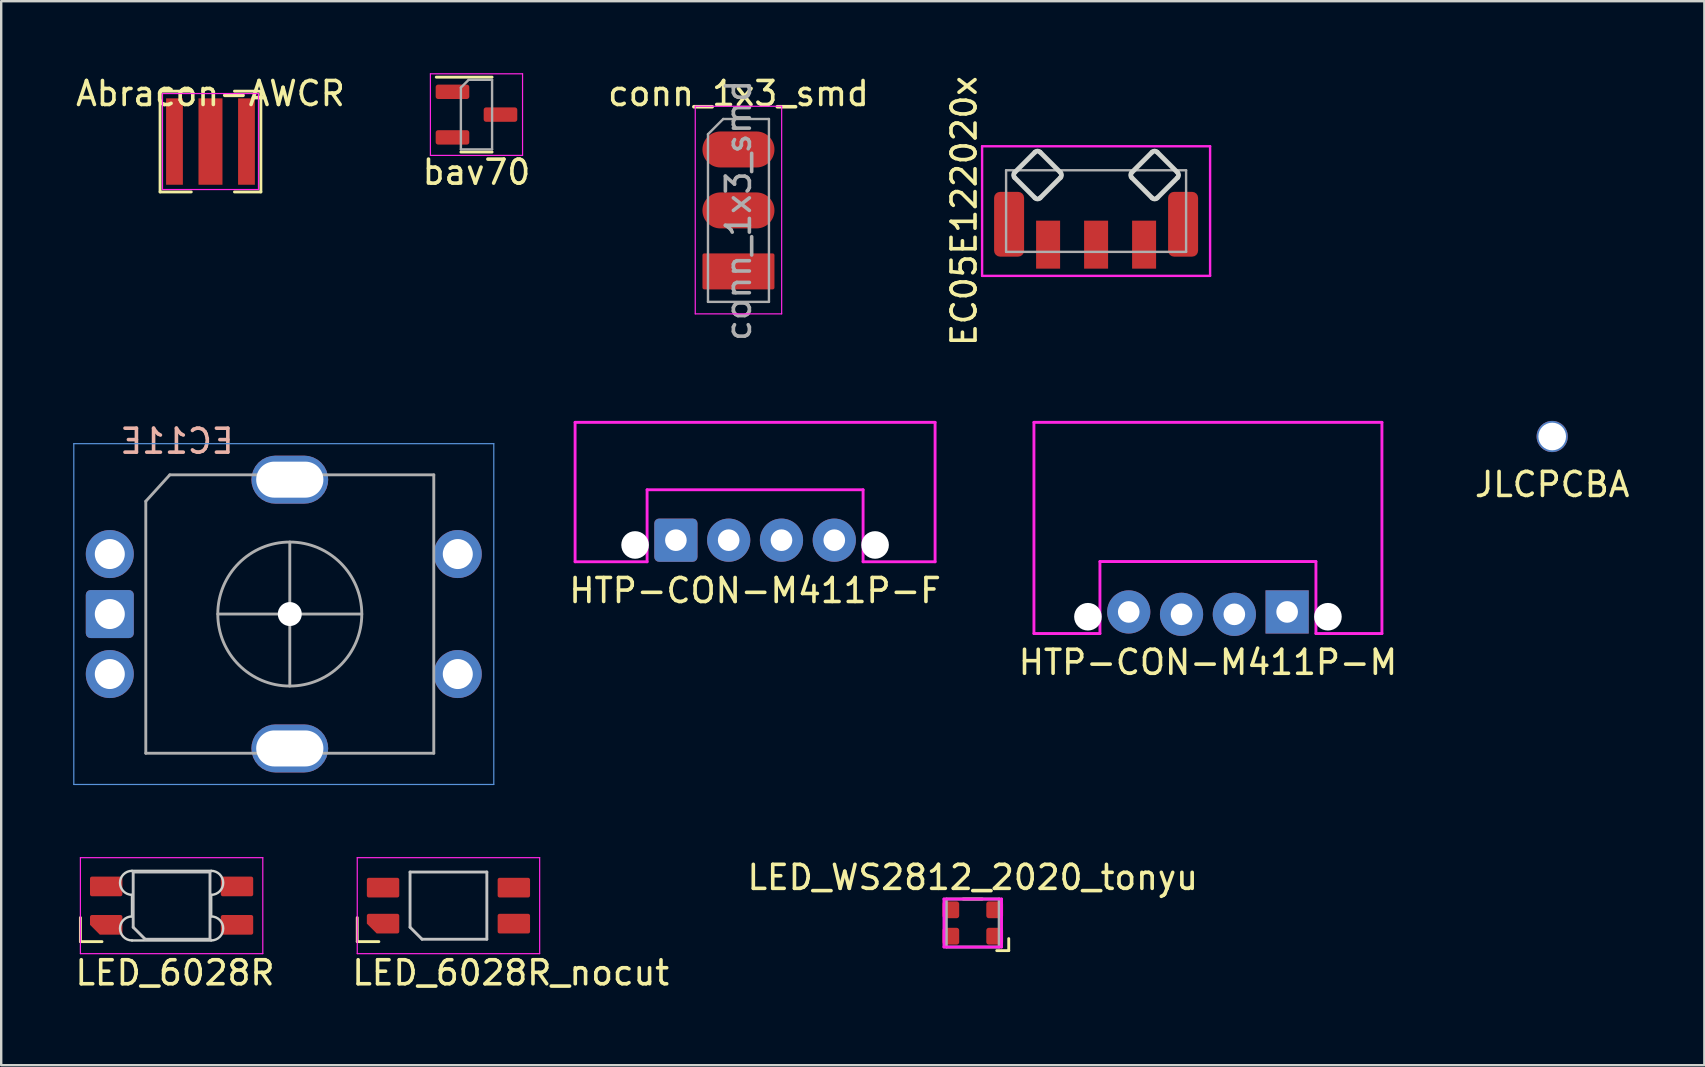
<source format=kicad_pcb>
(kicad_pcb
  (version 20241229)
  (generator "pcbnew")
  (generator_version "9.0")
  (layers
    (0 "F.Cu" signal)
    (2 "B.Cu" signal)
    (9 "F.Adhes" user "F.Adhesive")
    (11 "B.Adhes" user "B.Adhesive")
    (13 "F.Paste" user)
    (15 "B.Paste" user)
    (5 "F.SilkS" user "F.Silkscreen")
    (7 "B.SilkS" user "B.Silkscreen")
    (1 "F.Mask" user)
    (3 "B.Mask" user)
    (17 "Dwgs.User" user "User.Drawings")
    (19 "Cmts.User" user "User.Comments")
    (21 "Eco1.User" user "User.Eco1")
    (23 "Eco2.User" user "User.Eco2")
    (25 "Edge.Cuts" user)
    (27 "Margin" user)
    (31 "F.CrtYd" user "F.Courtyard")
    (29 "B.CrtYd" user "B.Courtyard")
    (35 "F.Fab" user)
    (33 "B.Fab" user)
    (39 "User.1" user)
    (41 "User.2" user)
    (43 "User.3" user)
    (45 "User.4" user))
  (footprint "EC11E"
    (layer "F.Cu")
    (at 9.025 22.536)
    (property "Reference" "EC11E" (at -4.7 -7.2 0) (layer "B.SilkS") (effects (font (size 1 1) (thickness 0.15)) (justify mirror)))
    (attr through_hole)
    (fp_line (start -9 -7.1) (end -9 7.1) (stroke (width 0.05) (type solid)) (layer "Cmts.User"))
    (fp_line (start -9 -7.1) (end 8.5 -7.1) (stroke (width 0.05) (type solid)) (layer "Cmts.User"))
    (fp_line (start 8.5 7.1) (end -9 7.1) (stroke (width 0.05) (type solid)) (layer "Cmts.User"))
    (fp_line (start 8.5 7.1) (end 8.5 -7.1) (stroke (width 0.05) (type solid)) (layer "Cmts.User"))
    (fp_line (start -6 -4.7) (end -5 -5.8) (stroke (width 0.12) (type solid)) (layer "F.Fab"))
    (fp_line (start -6 5.8) (end -6 -4.7) (stroke (width 0.12) (type solid)) (layer "F.Fab"))
    (fp_line (start -5 -5.8) (end 6 -5.8) (stroke (width 0.12) (type solid)) (layer "F.Fab"))
    (fp_line (start -3 0) (end 3 0) (stroke (width 0.12) (type solid)) (layer "F.Fab"))
    (fp_line (start 0 -3) (end 0 3) (stroke (width 0.12) (type solid)) (layer "F.Fab"))
    (fp_line (start 6 -5.8) (end 6 5.8) (stroke (width 0.12) (type solid)) (layer "F.Fab"))
    (fp_line (start 6 5.8) (end -6 5.8) (stroke (width 0.12) (type solid)) (layer "F.Fab"))
    (fp_circle (center 0 0) (end 3 0) (stroke (width 0.12) (type solid)) (fill no) (layer "F.Fab"))
    (pad "" thru_hole roundrect (at 0 -5.6) (size 3.2 2) (drill oval 2.8 1.5) (layers "*.Cu" "B.Mask") (roundrect_rratio 0.5))
    (pad "" np_thru_hole circle (at 0 0) (size 1 1) (drill 1) (layers "*.Cu" "*.Mask"))
    (pad "" thru_hole roundrect (at 0 5.6) (size 3.2 2) (drill oval 2.8 1.5) (layers "*.Cu" "B.Mask") (roundrect_rratio 0.5))
    (pad "A" thru_hole circle (at -7.5 -2.5) (size 2 2) (drill 1.25) (layers "*.Cu" "B.Mask"))
    (pad "B" thru_hole circle (at -7.5 2.5) (size 2 2) (drill 1.25) (layers "*.Cu" "B.Mask"))
    (pad "C" thru_hole roundrect (at -7.5 0) (size 2 2) (drill 1.25) (layers "*.Cu" "B.Mask") (roundrect_rratio 0.1))
    (pad "S1" thru_hole circle (at 7 2.5) (size 2 2) (drill 1.25) (layers "*.Cu" "B.Mask"))
    (pad "S2" thru_hole circle (at 7 -2.5) (size 2 2) (drill 1.25) (layers "*.Cu" "B.Mask")))
  (footprint "LED_6028R"
    (layer "F.Cu")
    (at 4.1 34.686)
    (property "Reference" "LED_6028R" (at -4.1 2.8 0) (layer "F.SilkS") (effects (font (size 1 1) (thickness 0.15)) (justify left)))
    (attr smd)
    (fp_line (start -3.8 0.5) (end -3.8 1.5) (stroke (width 0.12) (type solid)) (layer "F.SilkS"))
    (fp_line (start -3.8 1.5) (end -2.9 1.5) (stroke (width 0.12) (type solid)) (layer "F.SilkS"))
    (fp_line (start -1.6 -1.4) (end 1.6 -1.4) (stroke (width 0.12) (type solid)) (layer "Dwgs.User"))
    (fp_line (start -1.6 0.9) (end -1.6 -1.4) (stroke (width 0.12) (type solid)) (layer "Dwgs.User"))
    (fp_line (start -1.6 0.9) (end -1.1 1.4) (stroke (width 0.12) (type solid)) (layer "Dwgs.User"))
    (fp_line (start 1.6 -1.4) (end 1.6 1.4) (stroke (width 0.12) (type solid)) (layer "Dwgs.User"))
    (fp_line (start 1.6 1.4) (end -1.1 1.4) (stroke (width 0.12) (type solid)) (layer "Dwgs.User"))
    (fp_line (start -1.65 -1.45) (end 1.65 -1.45) (stroke (width 0.1) (type solid)) (layer "Edge.Cuts"))
    (fp_line (start -1.65 0.45) (end -1.65 -0.45) (stroke (width 0.1) (type solid)) (layer "Edge.Cuts"))
    (fp_line (start 1.65 -0.45) (end 1.65 0.45) (stroke (width 0.1) (type solid)) (layer "Edge.Cuts"))
    (fp_line (start 1.65 1.45) (end -1.65 1.45) (stroke (width 0.1) (type solid)) (layer "Edge.Cuts"))
    (fp_arc (start -1.65 -0.45) (mid -2.15 -0.95) (end -1.65 -1.45) (stroke (width 0.1) (type solid)) (layer "Edge.Cuts"))
    (fp_arc (start -1.65 1.45) (mid -2.15 0.95) (end -1.65 0.45) (stroke (width 0.1) (type solid)) (layer "Edge.Cuts"))
    (fp_arc (start 1.65 -1.45) (mid 2.15 -0.95) (end 1.65 -0.45) (stroke (width 0.1) (type solid)) (layer "Edge.Cuts"))
    (fp_arc (start 1.65 0.45) (mid 2.15 0.95) (end 1.65 1.45) (stroke (width 0.1) (type solid)) (layer "Edge.Cuts"))
    (fp_line (start -3.8 -2) (end 3.8 -2) (stroke (width 0.05) (type solid)) (layer "F.CrtYd"))
    (fp_line (start -3.8 2) (end -3.8 -2) (stroke (width 0.05) (type solid)) (layer "F.CrtYd"))
    (fp_line (start 3.8 -2) (end 3.8 2) (stroke (width 0.05) (type solid)) (layer "F.CrtYd"))
    (fp_line (start 3.8 2) (end -3.8 2) (stroke (width 0.05) (type solid)) (layer "F.CrtYd"))
    (pad "1" smd roundrect (at 2.725 -0.8 90) (size 0.82 1.35) (layers "F.Cu" "F.Mask" "F.Paste") (roundrect_rratio 0.1))
    (pad "2" smd roundrect (at 2.725 0.8 90) (size 0.82 1.35) (layers "F.Cu" "F.Mask" "F.Paste") (roundrect_rratio 0.1))
    (pad "3" smd roundrect (at -2.725 -0.8 90) (size 0.82 1.35) (layers "F.Cu" "F.Mask" "F.Paste") (roundrect_rratio 0.1))
    (pad "4" smd roundrect (at -2.725 0.8 90) (size 0.82 1.35) (layers "F.Cu" "F.Mask" "F.Paste") (roundrect_rratio 0.1) (chamfer_ratio 0.5) (chamfer top_left)))
  (footprint "EC05E122020x"
    (layer "F.Cu")
    (at 42.622 4.144)
    (property "Reference" "EC05E122020x" (at -5.5 1.6 90) (layer "F.SilkS") (effects (font (size 1 1) (thickness 0.15))))
    (attr through_hole)
    (fp_line (start -3.394 -0.006) (end -2.545 -0.855) (stroke (width 0.2) (type solid)) (layer "Edge.Cuts"))
    (fp_line (start -2.545 1.055) (end -3.394 0.206) (stroke (width 0.2) (type solid)) (layer "Edge.Cuts"))
    (fp_line (start -2.333 -0.855) (end -1.485 -0.006) (stroke (width 0.2) (type solid)) (layer "Edge.Cuts"))
    (fp_line (start -1.485 0.206) (end -2.333 1.055) (stroke (width 0.2) (type solid)) (layer "Edge.Cuts"))
    (fp_line (start 1.485 0.206) (end 2.333 1.055) (stroke (width 0.2) (type solid)) (layer "Edge.Cuts"))
    (fp_line (start 2.333 -0.855) (end 1.485 -0.006) (stroke (width 0.2) (type solid)) (layer "Edge.Cuts"))
    (fp_line (start 2.545 1.055) (end 3.394 0.206) (stroke (width 0.2) (type solid)) (layer "Edge.Cuts"))
    (fp_line (start 3.394 -0.006) (end 2.545 -0.855) (stroke (width 0.2) (type solid)) (layer "Edge.Cuts"))
    (fp_arc (start -3.393934 0.206066) (mid -3.437868 0.1) (end -3.393934 -0.006066) (stroke (width 0.2) (type solid)) (layer "Edge.Cuts"))
    (fp_arc (start -2.545406 -0.854594) (mid -2.43934 -0.898528) (end -2.333274 -0.854594) (stroke (width 0.2) (type solid)) (layer "Edge.Cuts"))
    (fp_arc (start -2.333274 1.054594) (mid -2.43934 1.098528) (end -2.545406 1.054594) (stroke (width 0.2) (type solid)) (layer "Edge.Cuts"))
    (fp_arc (start -1.484746 -0.006066) (mid -1.440812 0.1) (end -1.484746 0.206066) (stroke (width 0.2) (type solid)) (layer "Edge.Cuts"))
    (fp_arc (start 1.484746 0.206066) (mid 1.440809 0.1) (end 1.484746 -0.006066) (stroke (width 0.2) (type solid)) (layer "Edge.Cuts"))
    (fp_arc (start 2.333274 -0.854594) (mid 2.43934 -0.898528) (end 2.545406 -0.854594) (stroke (width 0.2) (type solid)) (layer "Edge.Cuts"))
    (fp_arc (start 2.545406 1.054594) (mid 2.43934 1.098528) (end 2.333274 1.054594) (stroke (width 0.2) (type solid)) (layer "Edge.Cuts"))
    (fp_arc (start 3.393934 -0.006066) (mid 3.437877 0.1) (end 3.393934 0.206066) (stroke (width 0.2) (type solid)) (layer "Edge.Cuts"))
    (fp_line (start -4.75 -1.1) (end -4.75 4.3) (stroke (width 0.1) (type solid)) (layer "F.CrtYd"))
    (fp_line (start -4.75 4.3) (end 4.75 4.3) (stroke (width 0.1) (type solid)) (layer "F.CrtYd"))
    (fp_line (start 4.75 -1.1) (end -4.75 -1.1) (stroke (width 0.1) (type solid)) (layer "F.CrtYd"))
    (fp_line (start 4.75 4.3) (end 4.75 -1.1) (stroke (width 0.1) (type solid)) (layer "F.CrtYd"))
    (fp_line (start -3.75 -0.1) (end -3.75 3.3) (stroke (width 0.1) (type solid)) (layer "F.Fab"))
    (fp_line (start -3.75 3.3) (end 3.75 3.3) (stroke (width 0.1) (type solid)) (layer "F.Fab"))
    (fp_line (start 3.75 -0.1) (end -3.75 -0.1) (stroke (width 0.1) (type solid)) (layer "F.Fab"))
    (fp_line (start 3.75 -0.1) (end 3.75 3.3) (stroke (width 0.1) (type solid)) (layer "F.Fab"))
    (pad "" smd roundrect (at -3.625 2.15) (size 1.25 2.7) (layers "F.Cu" "F.Mask" "F.Paste") (roundrect_rratio 0.2))
    (pad "" smd roundrect (at 3.625 2.15) (size 1.25 2.7) (layers "F.Cu" "F.Mask" "F.Paste") (roundrect_rratio 0.2))
    (pad "A" smd rect (at 2 3) (size 1 2) (layers "F.Cu" "F.Mask" "F.Paste"))
    (pad "B" smd rect (at -2 3) (size 1 2) (layers "F.Cu" "F.Mask" "F.Paste"))
    (pad "C" smd rect (at 0 3) (size 1 2) (layers "F.Cu" "F.Mask" "F.Paste")))
  (footprint "HTP-CON-M411P-F"
    (layer "F.Cu")
    (at 28.413 19.458)
    (property "Reference" "HTP-CON-M411P-F" (at 0 2.1 0) (layer "F.SilkS") (effects (font (size 1 1) (thickness 0.15))))
    (attr through_hole)
    (fp_line (start -7.5 -1.95) (end 7.5 -1.95) (stroke (width 0.12) (type solid)) (layer "Eco2.User"))
    (fp_line (start -7.5 -4.91) (end -7.5 0.9) (stroke (width 0.12) (type solid)) (layer "F.CrtYd"))
    (fp_line (start -7.5 -4.91) (end 7.5 -4.91) (stroke (width 0.12) (type solid)) (layer "F.CrtYd"))
    (fp_line (start -7.5 0.9) (end -4.5 0.9) (stroke (width 0.12) (type solid)) (layer "F.CrtYd"))
    (fp_line (start -4.5 0.9) (end -4.5 -2.1) (stroke (width 0.12) (type solid)) (layer "F.CrtYd"))
    (fp_line (start 4.5 -2.1) (end -4.5 -2.1) (stroke (width 0.12) (type solid)) (layer "F.CrtYd"))
    (fp_line (start 4.5 -2.1) (end 4.5 0.9) (stroke (width 0.12) (type solid)) (layer "F.CrtYd"))
    (fp_line (start 4.5 0.9) (end 7.5 0.9) (stroke (width 0.12) (type solid)) (layer "F.CrtYd"))
    (fp_line (start 7.5 -4.91) (end 7.5 0.9) (stroke (width 0.12) (type solid)) (layer "F.CrtYd"))
    (pad "" np_thru_hole circle (at -5 0.2) (size 1.15 1.15) (drill 1.15) (layers "*.Cu" "*.Mask"))
    (pad "" np_thru_hole circle (at 5 0.2) (size 1.15 1.15) (drill 1.15) (layers "*.Cu" "*.Mask"))
    (pad "1" thru_hole roundrect (at -3.3 0) (size 1.8 1.8) (drill 0.9) (layers "*.Cu" "*.Mask") (roundrect_rratio 0.111))
    (pad "2" thru_hole circle (at -1.1 0) (size 1.8 1.8) (drill 0.9) (layers "*.Cu" "*.Mask"))
    (pad "3" thru_hole circle (at 1.1 0) (size 1.8 1.8) (drill 0.9) (layers "*.Cu" "*.Mask"))
    (pad "4" thru_hole circle (at 3.3 0) (size 1.8 1.8) (drill 0.9) (layers "*.Cu" "*.Mask")))
  (footprint "Abracon-AWCR"
    (layer "F.Cu")
    (at 5.72 2.848)
    (property "Reference" "Abracon-AWCR" (at 0 -2 180) (layer "F.SilkS") (effects (font (size 1 1) (thickness 0.15))))
    (attr smd)
    (fp_line (start -2.1 -2.1) (end -0.8 -2.1) (stroke (width 0.12) (type solid)) (layer "F.SilkS"))
    (fp_line (start -2.1 2.1) (end -2.1 -2.1) (stroke (width 0.12) (type solid)) (layer "F.SilkS"))
    (fp_line (start -0.8 2.1) (end -2.1 2.1) (stroke (width 0.12) (type solid)) (layer "F.SilkS"))
    (fp_line (start 1 -2.1) (end 2.1 -2.1) (stroke (width 0.12) (type solid)) (layer "F.SilkS"))
    (fp_line (start 2.1 -2.1) (end 2.1 2.1) (stroke (width 0.12) (type solid)) (layer "F.SilkS"))
    (fp_line (start 2.1 2.1) (end 1 2.1) (stroke (width 0.12) (type solid)) (layer "F.SilkS"))
    (fp_line (start -2 -2) (end 2 -2) (stroke (width 0.05) (type solid)) (layer "F.CrtYd"))
    (fp_line (start -2 2) (end -2 -2) (stroke (width 0.05) (type solid)) (layer "F.CrtYd"))
    (fp_line (start 2 -2) (end 2 2) (stroke (width 0.05) (type solid)) (layer "F.CrtYd"))
    (fp_line (start 2 2) (end -2 2) (stroke (width 0.05) (type solid)) (layer "F.CrtYd"))
    (pad "1" smd rect (at -1.5 0) (size 0.7 3.6) (layers "F.Cu" "F.Mask" "F.Paste"))
    (pad "2" smd rect (at 0 0) (size 1 3.6) (layers "F.Cu" "F.Mask" "F.Paste"))
    (pad "3" smd rect (at 1.5 0) (size 0.7 3.6) (layers "F.Cu" "F.Mask" "F.Paste")))
  (footprint "bav70"
    (layer "F.Cu")
    (at 16.804 1.725)
    (property "Reference" "bav70" (at 0 2.4 0) (layer "F.SilkS") (effects (font (size 1 1) (thickness 0.15))))
    (attr smd)
    (fp_line (start -0.65 1.56) (end 0.65 1.56) (stroke (width 0.12) (type solid)) (layer "F.SilkS"))
    (fp_line (start 0.65 -1.56) (end -1.675 -1.56) (stroke (width 0.12) (type solid)) (layer "F.SilkS"))
    (fp_line (start -1.92 -1.7) (end -1.92 1.7) (stroke (width 0.05) (type solid)) (layer "F.CrtYd"))
    (fp_line (start -1.92 1.7) (end 1.92 1.7) (stroke (width 0.05) (type solid)) (layer "F.CrtYd"))
    (fp_line (start 1.92 -1.7) (end -1.92 -1.7) (stroke (width 0.05) (type solid)) (layer "F.CrtYd"))
    (fp_line (start 1.92 1.7) (end 1.92 -1.7) (stroke (width 0.05) (type solid)) (layer "F.CrtYd"))
    (fp_line (start -0.65 -1.125) (end -0.325 -1.45) (stroke (width 0.1) (type solid)) (layer "F.Fab"))
    (fp_line (start -0.65 1.45) (end -0.65 -1.125) (stroke (width 0.1) (type solid)) (layer "F.Fab"))
    (fp_line (start -0.325 -1.45) (end 0.65 -1.45) (stroke (width 0.1) (type solid)) (layer "F.Fab"))
    (fp_line (start 0.65 -1.45) (end 0.65 1.45) (stroke (width 0.1) (type solid)) (layer "F.Fab"))
    (fp_line (start 0.65 1.45) (end -0.65 1.45) (stroke (width 0.1) (type solid)) (layer "F.Fab"))
    (pad "1" smd roundrect (at -1 -0.95 270) (size 0.6 1.4) (layers "F.Cu" "F.Mask" "F.Paste") (roundrect_rratio 0.167))
    (pad "2" smd roundrect (at -1 0.95 270) (size 0.6 1.4) (layers "F.Cu" "F.Mask" "F.Paste") (roundrect_rratio 0.167))
    (pad "3" smd roundrect (at 1 0 270) (size 0.6 1.4) (layers "F.Cu" "F.Mask" "F.Paste") (roundrect_rratio 0.167)))
  (footprint "LED_6028R_nocut"
    (layer "F.Cu")
    (at 15.636 34.686)
    (property "Reference" "LED_6028R_nocut" (at -4.1 2.8 0) (layer "F.SilkS") (effects (font (size 1 1) (thickness 0.15)) (justify left)))
    (attr smd)
    (fp_line (start -3.8 0.5) (end -3.8 1.5) (stroke (width 0.12) (type solid)) (layer "F.SilkS"))
    (fp_line (start -3.8 1.5) (end -2.9 1.5) (stroke (width 0.12) (type solid)) (layer "F.SilkS"))
    (fp_line (start -1.6 -1.4) (end 1.6 -1.4) (stroke (width 0.12) (type solid)) (layer "Dwgs.User"))
    (fp_line (start -1.6 0.9) (end -1.6 -1.4) (stroke (width 0.12) (type solid)) (layer "Dwgs.User"))
    (fp_line (start -1.6 0.9) (end -1.1 1.4) (stroke (width 0.12) (type solid)) (layer "Dwgs.User"))
    (fp_line (start 1.6 -1.4) (end 1.6 1.4) (stroke (width 0.12) (type solid)) (layer "Dwgs.User"))
    (fp_line (start 1.6 1.4) (end -1.1 1.4) (stroke (width 0.12) (type solid)) (layer "Dwgs.User"))
    (fp_line (start -3.8 -2) (end 3.8 -2) (stroke (width 0.05) (type solid)) (layer "F.CrtYd"))
    (fp_line (start -3.8 2) (end -3.8 -2) (stroke (width 0.05) (type solid)) (layer "F.CrtYd"))
    (fp_line (start 3.8 -2) (end 3.8 2) (stroke (width 0.05) (type solid)) (layer "F.CrtYd"))
    (fp_line (start 3.8 2) (end -3.8 2) (stroke (width 0.05) (type solid)) (layer "F.CrtYd"))
    (pad "1" smd roundrect (at 2.725 -0.75 90) (size 0.82 1.35) (layers "F.Cu" "F.Mask" "F.Paste") (roundrect_rratio 0.1))
    (pad "2" smd roundrect (at 2.725 0.75 90) (size 0.82 1.35) (layers "F.Cu" "F.Mask" "F.Paste") (roundrect_rratio 0.1))
    (pad "3" smd roundrect (at -2.725 -0.75 90) (size 0.82 1.35) (layers "F.Cu" "F.Mask" "F.Paste") (roundrect_rratio 0.1))
    (pad "4" smd roundrect (at -2.725 0.75 90) (size 0.82 1.35) (layers "F.Cu" "F.Mask" "F.Paste") (roundrect_rratio 0.1) (chamfer_ratio 0.5) (chamfer top_left)))
  (footprint "HTP-CON-M411P-M"
    (layer "F.Cu")
    (at 47.282 22.448)
    (property "Reference" "HTP-CON-M411P-M" (at 0 2.1 0) (layer "F.SilkS") (effects (font (size 1 1) (thickness 0.15))))
    (attr through_hole)
    (fp_line (start -7.25 -1.85) (end 7.25 -1.85) (stroke (width 0.12) (type solid)) (layer "Eco2.User"))
    (fp_line (start -7.25 -7.9) (end -7.25 0.9) (stroke (width 0.12) (type solid)) (layer "F.CrtYd"))
    (fp_line (start -7.25 -7.9) (end 7.25 -7.9) (stroke (width 0.12) (type solid)) (layer "F.CrtYd"))
    (fp_line (start -7.25 0.9) (end -4.5 0.9) (stroke (width 0.12) (type solid)) (layer "F.CrtYd"))
    (fp_line (start -4.5 0.9) (end -4.5 -2.1) (stroke (width 0.12) (type solid)) (layer "F.CrtYd"))
    (fp_line (start 4.5 -2.1) (end -4.5 -2.1) (stroke (width 0.12) (type solid)) (layer "F.CrtYd"))
    (fp_line (start 4.5 -2.1) (end 4.5 0.9) (stroke (width 0.12) (type solid)) (layer "F.CrtYd"))
    (fp_line (start 4.5 0.9) (end 7.25 0.9) (stroke (width 0.12) (type solid)) (layer "F.CrtYd"))
    (fp_line (start 7.25 -7.9) (end 7.25 0.9) (stroke (width 0.12) (type solid)) (layer "F.CrtYd"))
    (pad "" np_thru_hole circle (at -5 0.2) (size 1.15 1.15) (drill 1.15) (layers "*.Cu" "*.Mask"))
    (pad "" np_thru_hole circle (at 5 0.2) (size 1.15 1.15) (drill 1.15) (layers "*.Cu" "*.Mask"))
    (pad "1" thru_hole circle (at -3.3 0) (size 1.8 1.8) (drill 0.9) (layers "*.Cu" "*.Mask"))
    (pad "2" thru_hole circle (at -1.1 0.1) (size 1.8 1.8) (drill 0.9) (layers "*.Cu" "*.Mask"))
    (pad "3" thru_hole circle (at 1.1 0.1) (size 1.8 1.8) (drill 0.9) (layers "*.Cu" "*.Mask"))
    (pad "4" thru_hole rect (at 3.3 0) (size 1.8 1.8) (drill 0.9) (layers "*.Cu" "*.Mask")))
  (footprint "JLCPCBA"
    (layer "F.Cu")
    (at 61.627 15.138)
    (property "Reference" "JLCPCBA" (at 0 2 0) (layer "F.SilkS") (effects (font (size 1 1) (thickness 0.15))))
    (attr through_hole)
    (pad "" np_thru_hole circle (at 0 0) (size 1.3 1.3) (drill 1.152) (layers "*.Cu" "*.Mask")))
  (footprint "LED_WS2812_2020_tonyu"
    (layer "F.Cu")
    (at 37.482 35.41)
    (property "Reference" "LED_WS2812_2020_tonyu" (at 0 -1.9 0) (layer "F.SilkS") (effects (font (size 1 1) (thickness 0.15))))
    (attr smd)
    (fp_line (start -0.4 -1) (end 0.4 -1) (stroke (width 0.12) (type solid)) (layer "F.SilkS"))
    (fp_line (start 1.5 0.65) (end 1.5 1.15) (stroke (width 0.12) (type solid)) (layer "F.SilkS"))
    (fp_line (start 1.5 1.15) (end 1 1.15) (stroke (width 0.12) (type solid)) (layer "F.SilkS"))
    (fp_line (start -1.2 -1) (end 1.2 -1) (stroke (width 0.12) (type solid)) (layer "F.CrtYd"))
    (fp_line (start -1.2 1) (end -1.2 -1) (stroke (width 0.12) (type solid)) (layer "F.CrtYd"))
    (fp_line (start 1.2 -1) (end 1.2 1) (stroke (width 0.12) (type solid)) (layer "F.CrtYd"))
    (fp_line (start 1.2 1) (end -1.2 1) (stroke (width 0.12) (type solid)) (layer "F.CrtYd"))
    (fp_line (start -1.1 -1) (end 1.1 -1) (stroke (width 0.12) (type solid)) (layer "F.Fab"))
    (fp_line (start -1.1 1) (end -1.1 -1) (stroke (width 0.12) (type solid)) (layer "F.Fab"))
    (fp_line (start 1.1 -1) (end 1.1 1) (stroke (width 0.12) (type solid)) (layer "F.Fab"))
    (fp_line (start 1.1 1) (end -1.1 1) (stroke (width 0.12) (type solid)) (layer "F.Fab"))
    (pad "1" smd roundrect (at -0.915 -0.55) (size 0.7 0.7) (layers "F.Cu" "F.Mask" "F.Paste") (roundrect_rratio 0.15))
    (pad "2" smd roundrect (at -0.915 0.55) (size 0.7 0.7) (layers "F.Cu" "F.Mask" "F.Paste") (roundrect_rratio 0.15))
    (pad "3" smd roundrect (at 0.915 0.55) (size 0.7 0.7) (layers "F.Cu" "F.Mask" "F.Paste") (roundrect_rratio 0.15))
    (pad "4" smd roundrect (at 0.915 -0.55) (size 0.7 0.7) (layers "F.Cu" "F.Mask" "F.Paste") (roundrect_rratio 0.15)))
  (footprint "conn_1x3_smd"
    (layer "F.Cu")
    (at 27.72 5.718)
    (property "Reference" "conn_1x3_smd" (at 0 -4.87 180) (layer "F.SilkS") (effects (font (size 1 1) (thickness 0.15))))
    (attr through_hole)
    (fp_line (start -1.8 -4.34) (end -1.8 4.31) (stroke (width 0.05) (type solid)) (layer "F.CrtYd"))
    (fp_line (start -1.8 4.31) (end 1.8 4.31) (stroke (width 0.05) (type solid)) (layer "F.CrtYd"))
    (fp_line (start 1.8 -4.34) (end -1.8 -4.34) (stroke (width 0.05) (type solid)) (layer "F.CrtYd"))
    (fp_line (start 1.8 4.31) (end 1.8 -4.34) (stroke (width 0.05) (type solid)) (layer "F.CrtYd"))
    (fp_line (start -1.27 -3.175) (end -0.635 -3.81) (stroke (width 0.1) (type solid)) (layer "F.Fab"))
    (fp_line (start -1.27 3.81) (end -1.27 -3.175) (stroke (width 0.1) (type solid)) (layer "F.Fab"))
    (fp_line (start -0.635 -3.81) (end 1.27 -3.81) (stroke (width 0.1) (type solid)) (layer "F.Fab"))
    (fp_line (start 1.27 -3.81) (end 1.27 3.81) (stroke (width 0.1) (type solid)) (layer "F.Fab"))
    (fp_line (start 1.27 3.81) (end -1.27 3.81) (stroke (width 0.1) (type solid)) (layer "F.Fab"))
    (fp_text user "${REFERENCE}" (at 0 0 270) (layer "F.Fab") (effects (font (size 1 1) (thickness 0.15))))
    (pad "1" smd oval (at 0 -2.54) (size 3 1.5) (layers "F.Cu" "F.Mask" "F.Paste"))
    (pad "2" smd oval (at 0 0) (size 3 1.5) (layers "F.Cu" "F.Mask" "F.Paste"))
    (pad "3" smd roundrect (at 0 2.54) (size 3 1.5) (layers "F.Cu" "F.Mask" "F.Paste") (roundrect_rratio 0.05)))
  (gr_rect
    (start -3 -3)
    (end 67.967 41.335)
    (stroke (width 0.1) (type default))
    (fill no)
    (layer "Edge.Cuts")))
</source>
